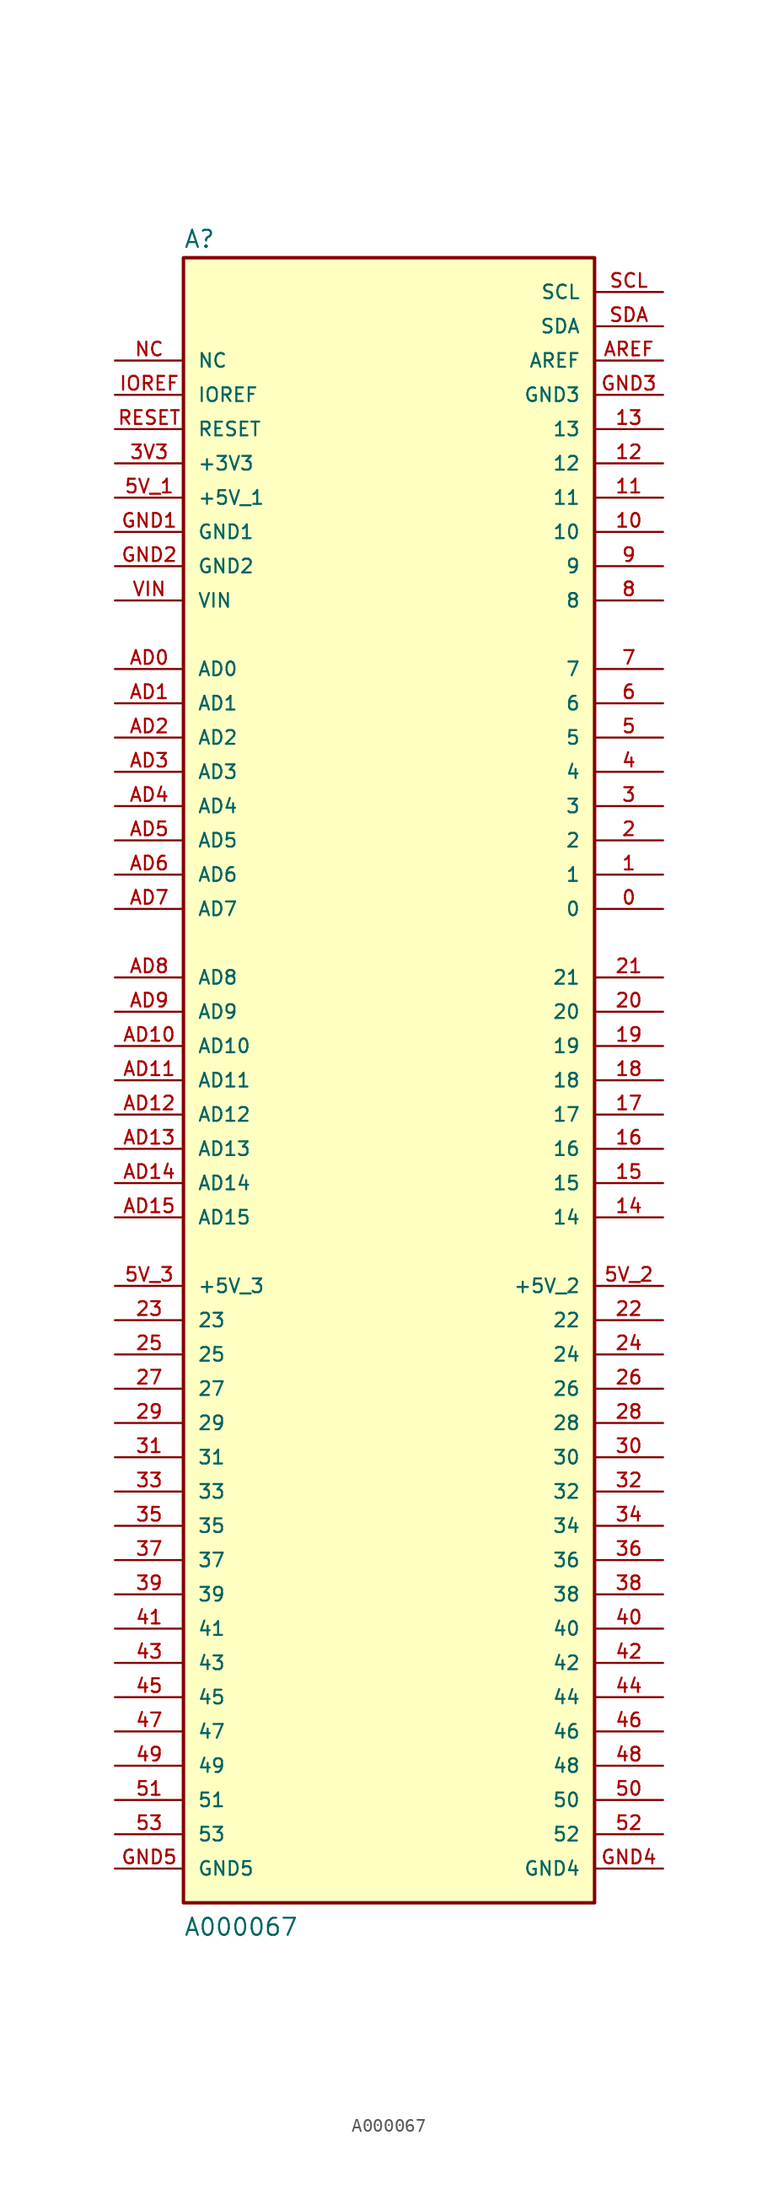
<source format=kicad_sym>
(kicad_symbol_lib
  (version 20220914)
  (generator kicad_symbol_editor)
  (symbol "A000067"
    (pin_names
      (offset 1.016))
    (property "Reference" "A"
      (at -15.24 61.595 0)
      (effects (font (size 1.27 1.27)) (justify left bottom)))
    (property "Value" "A000067"
      (at -15.24 -63.5 0)
      (effects (font (size 1.27 1.27)) (justify left bottom)))
    (symbol "A000067_0_0"
      (rectangle (start -15.24 60.96) (end 15.24 -60.96) (stroke (width 0.254) (type default)) (fill (type background)))
      (pin passive line (at 20.32 12.7 180) (length 5.08) (name "0" (effects (font (size 1.016 1.016)))) (number "0" (effects (font (size 1.016 1.016)))))
      (pin passive line (at 20.32 15.24 180) (length 5.08) (name "1" (effects (font (size 1.016 1.016)))) (number "1" (effects (font (size 1.016 1.016)))))
      (pin passive line (at 20.32 40.64 180) (length 5.08) (name "10" (effects (font (size 1.016 1.016)))) (number "10" (effects (font (size 1.016 1.016)))))
      (pin passive line (at 20.32 43.18 180) (length 5.08) (name "11" (effects (font (size 1.016 1.016)))) (number "11" (effects (font (size 1.016 1.016)))))
      (pin passive line (at 20.32 45.72 180) (length 5.08) (name "12" (effects (font (size 1.016 1.016)))) (number "12" (effects (font (size 1.016 1.016)))))
      (pin passive line (at 20.32 48.26 180) (length 5.08) (name "13" (effects (font (size 1.016 1.016)))) (number "13" (effects (font (size 1.016 1.016)))))
      (pin passive line (at 20.32 -10.16 180) (length 5.08) (name "14" (effects (font (size 1.016 1.016)))) (number "14" (effects (font (size 1.016 1.016)))))
      (pin passive line (at 20.32 -7.62 180) (length 5.08) (name "15" (effects (font (size 1.016 1.016)))) (number "15" (effects (font (size 1.016 1.016)))))
      (pin passive line (at 20.32 -5.08 180) (length 5.08) (name "16" (effects (font (size 1.016 1.016)))) (number "16" (effects (font (size 1.016 1.016)))))
      (pin passive line (at 20.32 -2.54 180) (length 5.08) (name "17" (effects (font (size 1.016 1.016)))) (number "17" (effects (font (size 1.016 1.016)))))
      (pin passive line (at 20.32 0 180) (length 5.08) (name "18" (effects (font (size 1.016 1.016)))) (number "18" (effects (font (size 1.016 1.016)))))
      (pin passive line (at 20.32 2.54 180) (length 5.08) (name "19" (effects (font (size 1.016 1.016)))) (number "19" (effects (font (size 1.016 1.016)))))
      (pin passive line (at 20.32 17.78 180) (length 5.08) (name "2" (effects (font (size 1.016 1.016)))) (number "2" (effects (font (size 1.016 1.016)))))
      (pin passive line (at 20.32 5.08 180) (length 5.08) (name "20" (effects (font (size 1.016 1.016)))) (number "20" (effects (font (size 1.016 1.016)))))
      (pin passive line (at 20.32 7.62 180) (length 5.08) (name "21" (effects (font (size 1.016 1.016)))) (number "21" (effects (font (size 1.016 1.016)))))
      (pin passive line (at 20.32 -17.78 180) (length 5.08) (name "22" (effects (font (size 1.016 1.016)))) (number "22" (effects (font (size 1.016 1.016)))))
      (pin passive line (at -20.32 -17.78 0) (length 5.08) (name "23" (effects (font (size 1.016 1.016)))) (number "23" (effects (font (size 1.016 1.016)))))
      (pin passive line (at 20.32 -20.32 180) (length 5.08) (name "24" (effects (font (size 1.016 1.016)))) (number "24" (effects (font (size 1.016 1.016)))))
      (pin passive line (at -20.32 -20.32 0) (length 5.08) (name "25" (effects (font (size 1.016 1.016)))) (number "25" (effects (font (size 1.016 1.016)))))
      (pin passive line (at 20.32 -22.86 180) (length 5.08) (name "26" (effects (font (size 1.016 1.016)))) (number "26" (effects (font (size 1.016 1.016)))))
      (pin passive line (at -20.32 -22.86 0) (length 5.08) (name "27" (effects (font (size 1.016 1.016)))) (number "27" (effects (font (size 1.016 1.016)))))
      (pin passive line (at 20.32 -25.4 180) (length 5.08) (name "28" (effects (font (size 1.016 1.016)))) (number "28" (effects (font (size 1.016 1.016)))))
      (pin passive line (at -20.32 -25.4 0) (length 5.08) (name "29" (effects (font (size 1.016 1.016)))) (number "29" (effects (font (size 1.016 1.016)))))
      (pin passive line (at 20.32 20.32 180) (length 5.08) (name "3" (effects (font (size 1.016 1.016)))) (number "3" (effects (font (size 1.016 1.016)))))
      (pin passive line (at 20.32 -27.94 180) (length 5.08) (name "30" (effects (font (size 1.016 1.016)))) (number "30" (effects (font (size 1.016 1.016)))))
      (pin passive line (at -20.32 -27.94 0) (length 5.08) (name "31" (effects (font (size 1.016 1.016)))) (number "31" (effects (font (size 1.016 1.016)))))
      (pin passive line (at 20.32 -30.48 180) (length 5.08) (name "32" (effects (font (size 1.016 1.016)))) (number "32" (effects (font (size 1.016 1.016)))))
      (pin passive line (at -20.32 -30.48 0) (length 5.08) (name "33" (effects (font (size 1.016 1.016)))) (number "33" (effects (font (size 1.016 1.016)))))
      (pin passive line (at 20.32 -33.02 180) (length 5.08) (name "34" (effects (font (size 1.016 1.016)))) (number "34" (effects (font (size 1.016 1.016)))))
      (pin passive line (at -20.32 -33.02 0) (length 5.08) (name "35" (effects (font (size 1.016 1.016)))) (number "35" (effects (font (size 1.016 1.016)))))
      (pin passive line (at 20.32 -35.56 180) (length 5.08) (name "36" (effects (font (size 1.016 1.016)))) (number "36" (effects (font (size 1.016 1.016)))))
      (pin passive line (at -20.32 -35.56 0) (length 5.08) (name "37" (effects (font (size 1.016 1.016)))) (number "37" (effects (font (size 1.016 1.016)))))
      (pin passive line (at 20.32 -38.1 180) (length 5.08) (name "38" (effects (font (size 1.016 1.016)))) (number "38" (effects (font (size 1.016 1.016)))))
      (pin passive line (at -20.32 -38.1 0) (length 5.08) (name "39" (effects (font (size 1.016 1.016)))) (number "39" (effects (font (size 1.016 1.016)))))
      (pin passive line (at -20.32 45.72 0) (length 5.08) (name "+3V3" (effects (font (size 1.016 1.016)))) (number "3V3" (effects (font (size 1.016 1.016)))))
      (pin passive line (at 20.32 22.86 180) (length 5.08) (name "4" (effects (font (size 1.016 1.016)))) (number "4" (effects (font (size 1.016 1.016)))))
      (pin passive line (at 20.32 -40.64 180) (length 5.08) (name "40" (effects (font (size 1.016 1.016)))) (number "40" (effects (font (size 1.016 1.016)))))
      (pin passive line (at -20.32 -40.64 0) (length 5.08) (name "41" (effects (font (size 1.016 1.016)))) (number "41" (effects (font (size 1.016 1.016)))))
      (pin passive line (at 20.32 -43.18 180) (length 5.08) (name "42" (effects (font (size 1.016 1.016)))) (number "42" (effects (font (size 1.016 1.016)))))
      (pin passive line (at -20.32 -43.18 0) (length 5.08) (name "43" (effects (font (size 1.016 1.016)))) (number "43" (effects (font (size 1.016 1.016)))))
      (pin passive line (at 20.32 -45.72 180) (length 5.08) (name "44" (effects (font (size 1.016 1.016)))) (number "44" (effects (font (size 1.016 1.016)))))
      (pin passive line (at -20.32 -45.72 0) (length 5.08) (name "45" (effects (font (size 1.016 1.016)))) (number "45" (effects (font (size 1.016 1.016)))))
      (pin passive line (at 20.32 -48.26 180) (length 5.08) (name "46" (effects (font (size 1.016 1.016)))) (number "46" (effects (font (size 1.016 1.016)))))
      (pin passive line (at -20.32 -48.26 0) (length 5.08) (name "47" (effects (font (size 1.016 1.016)))) (number "47" (effects (font (size 1.016 1.016)))))
      (pin passive line (at 20.32 -50.8 180) (length 5.08) (name "48" (effects (font (size 1.016 1.016)))) (number "48" (effects (font (size 1.016 1.016)))))
      (pin passive line (at -20.32 -50.8 0) (length 5.08) (name "49" (effects (font (size 1.016 1.016)))) (number "49" (effects (font (size 1.016 1.016)))))
      (pin passive line (at 20.32 25.4 180) (length 5.08) (name "5" (effects (font (size 1.016 1.016)))) (number "5" (effects (font (size 1.016 1.016)))))
      (pin passive line (at 20.32 -53.34 180) (length 5.08) (name "50" (effects (font (size 1.016 1.016)))) (number "50" (effects (font (size 1.016 1.016)))))
      (pin passive line (at -20.32 -53.34 0) (length 5.08) (name "51" (effects (font (size 1.016 1.016)))) (number "51" (effects (font (size 1.016 1.016)))))
      (pin passive line (at 20.32 -55.88 180) (length 5.08) (name "52" (effects (font (size 1.016 1.016)))) (number "52" (effects (font (size 1.016 1.016)))))
      (pin passive line (at -20.32 -55.88 0) (length 5.08) (name "53" (effects (font (size 1.016 1.016)))) (number "53" (effects (font (size 1.016 1.016)))))
      (pin passive line (at -20.32 43.18 0) (length 5.08) (name "+5V_1" (effects (font (size 1.016 1.016)))) (number "5V_1" (effects (font (size 1.016 1.016)))))
      (pin passive line (at 20.32 -15.24 180) (length 5.08) (name "+5V_2" (effects (font (size 1.016 1.016)))) (number "5V_2" (effects (font (size 1.016 1.016)))))
      (pin passive line (at -20.32 -15.24 0) (length 5.08) (name "+5V_3" (effects (font (size 1.016 1.016)))) (number "5V_3" (effects (font (size 1.016 1.016)))))
      (pin passive line (at 20.32 27.94 180) (length 5.08) (name "6" (effects (font (size 1.016 1.016)))) (number "6" (effects (font (size 1.016 1.016)))))
      (pin passive line (at 20.32 30.48 180) (length 5.08) (name "7" (effects (font (size 1.016 1.016)))) (number "7" (effects (font (size 1.016 1.016)))))
      (pin passive line (at 20.32 35.56 180) (length 5.08) (name "8" (effects (font (size 1.016 1.016)))) (number "8" (effects (font (size 1.016 1.016)))))
      (pin passive line (at 20.32 38.1 180) (length 5.08) (name "9" (effects (font (size 1.016 1.016)))) (number "9" (effects (font (size 1.016 1.016)))))
      (pin passive line (at -20.32 27.94 0) (length 5.08) (name "AD1" (effects (font (size 1.016 1.016)))) (number "AD1" (effects (font (size 1.016 1.016)))))
      (pin passive line (at -20.32 2.54 0) (length 5.08) (name "AD10" (effects (font (size 1.016 1.016)))) (number "AD10" (effects (font (size 1.016 1.016)))))
      (pin passive line (at -20.32 0 0) (length 5.08) (name "AD11" (effects (font (size 1.016 1.016)))) (number "AD11" (effects (font (size 1.016 1.016)))))
      (pin passive line (at -20.32 -2.54 0) (length 5.08) (name "AD12" (effects (font (size 1.016 1.016)))) (number "AD12" (effects (font (size 1.016 1.016)))))
      (pin passive line (at -20.32 -5.08 0) (length 5.08) (name "AD13" (effects (font (size 1.016 1.016)))) (number "AD13" (effects (font (size 1.016 1.016)))))
      (pin passive line (at -20.32 -7.62 0) (length 5.08) (name "AD14" (effects (font (size 1.016 1.016)))) (number "AD14" (effects (font (size 1.016 1.016)))))
      (pin passive line (at -20.32 -10.16 0) (length 5.08) (name "AD15" (effects (font (size 1.016 1.016)))) (number "AD15" (effects (font (size 1.016 1.016)))))
      (pin passive line (at -20.32 25.4 0) (length 5.08) (name "AD2" (effects (font (size 1.016 1.016)))) (number "AD2" (effects (font (size 1.016 1.016)))))
      (pin passive line (at -20.32 22.86 0) (length 5.08) (name "AD3" (effects (font (size 1.016 1.016)))) (number "AD3" (effects (font (size 1.016 1.016)))))
      (pin passive line (at -20.32 20.32 0) (length 5.08) (name "AD4" (effects (font (size 1.016 1.016)))) (number "AD4" (effects (font (size 1.016 1.016)))))
      (pin passive line (at -20.32 17.78 0) (length 5.08) (name "AD5" (effects (font (size 1.016 1.016)))) (number "AD5" (effects (font (size 1.016 1.016)))))
      (pin passive line (at -20.32 15.24 0) (length 5.08) (name "AD6" (effects (font (size 1.016 1.016)))) (number "AD6" (effects (font (size 1.016 1.016)))))
      (pin passive line (at -20.32 12.7 0) (length 5.08) (name "AD7" (effects (font (size 1.016 1.016)))) (number "AD7" (effects (font (size 1.016 1.016)))))
      (pin passive line (at -20.32 7.62 0) (length 5.08) (name "AD8" (effects (font (size 1.016 1.016)))) (number "AD8" (effects (font (size 1.016 1.016)))))
      (pin passive line (at -20.32 5.08 0) (length 5.08) (name "AD9" (effects (font (size 1.016 1.016)))) (number "AD9" (effects (font (size 1.016 1.016)))))
      (pin passive line (at 20.32 53.34 180) (length 5.08) (name "AREF" (effects (font (size 1.016 1.016)))) (number "AREF" (effects (font (size 1.016 1.016)))))
      (pin passive line (at -20.32 40.64 0) (length 5.08) (name "GND1" (effects (font (size 1.016 1.016)))) (number "GND1" (effects (font (size 1.016 1.016)))))
      (pin passive line (at -20.32 38.1 0) (length 5.08) (name "GND2" (effects (font (size 1.016 1.016)))) (number "GND2" (effects (font (size 1.016 1.016)))))
      (pin passive line (at 20.32 50.8 180) (length 5.08) (name "GND3" (effects (font (size 1.016 1.016)))) (number "GND3" (effects (font (size 1.016 1.016)))))
      (pin passive line (at 20.32 -58.42 180) (length 5.08) (name "GND4" (effects (font (size 1.016 1.016)))) (number "GND4" (effects (font (size 1.016 1.016)))))
      (pin passive line (at -20.32 -58.42 0) (length 5.08) (name "GND5" (effects (font (size 1.016 1.016)))) (number "GND5" (effects (font (size 1.016 1.016)))))
      (pin passive line (at -20.32 50.8 0) (length 5.08) (name "IOREF" (effects (font (size 1.016 1.016)))) (number "IOREF" (effects (font (size 1.016 1.016)))))
      (pin passive line (at -20.32 53.34 0) (length 5.08) (name "NC" (effects (font (size 1.016 1.016)))) (number "NC" (effects (font (size 1.016 1.016)))))
      (pin passive line (at -20.32 48.26 0) (length 5.08) (name "RESET" (effects (font (size 1.016 1.016)))) (number "RESET" (effects (font (size 1.016 1.016)))))
      (pin passive line (at 20.32 58.42 180) (length 5.08) (name "SCL" (effects (font (size 1.016 1.016)))) (number "SCL" (effects (font (size 1.016 1.016)))))
      (pin passive line (at 20.32 55.88 180) (length 5.08) (name "SDA" (effects (font (size 1.016 1.016)))) (number "SDA" (effects (font (size 1.016 1.016)))))
      (pin passive line (at -20.32 35.56 0) (length 5.08) (name "VIN" (effects (font (size 1.016 1.016)))) (number "VIN" (effects (font (size 1.016 1.016))))))
    (symbol "A000067_1_0"
      (pin passive line (at -20.32 30.48 0) (length 5.08) (name "AD0" (effects (font (size 1.016 1.016)))) (number "AD0" (effects (font (size 1.016 1.016))))))))
</source>
